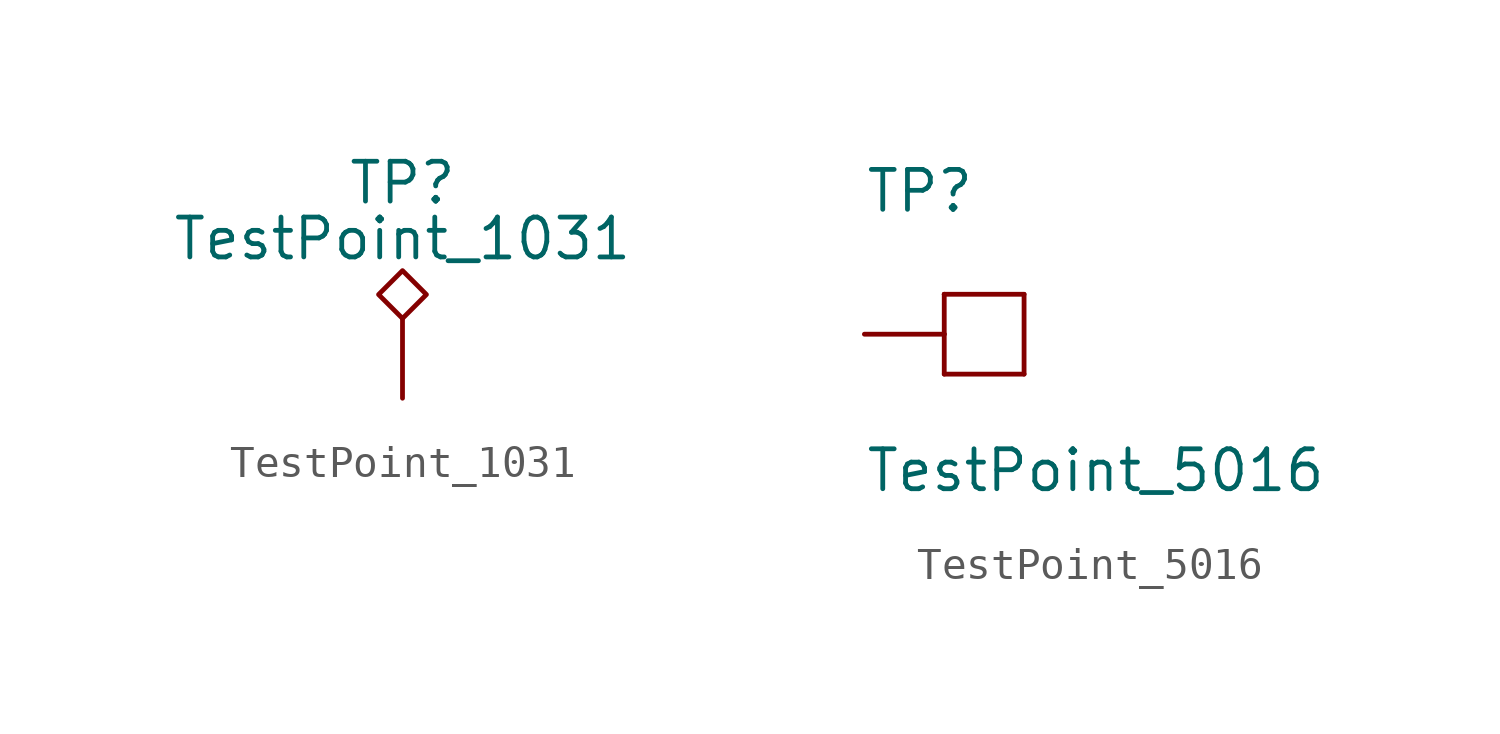
<source format=kicad_sym>
(kicad_symbol_lib
  (version 20241209)
  (generator "kicad_symbol_editor")
  (generator_version "9.0")
  (symbol "TestPoint_1031"
    (pin_numbers
      (hide yes))
    (pin_names
      (offset 0.762)
      (hide yes))
    (property "Reference" "TP"
      (at 0 6.858 0)
      (effects (font (size 1.27 1.27))))
    (property "Value" "TestPoint_1031"
      (at 0 5.08 0)
      (effects (font (size 1.27 1.27))))
    (symbol "TestPoint_1031_0_1"
      (polyline (pts (xy 0 2.54) (xy -0.762 3.302) (xy 0 4.064) (xy 0.762 3.302) (xy 0 2.54)) (stroke (width 0) (type default)) (fill (type none))))
    (symbol "TestPoint_1031_1_1"
      (pin passive line (at 0 0 90) (length 2.54) (name "1" (effects (font (size 1.27 1.27)))) (number "1" (effects (font (size 1.27 1.27)))))))
  (symbol "TestPoint_5016"
    (pin_numbers
      (hide yes))
    (pin_names
      (offset 1.016)
      (hide yes))
    (property "Reference" "TP"
      (at -2.54 3.81 0)
      (effects (font (size 1.27 1.27)) (justify left bottom)))
    (property "Value" "TestPoint_5016"
      (at -2.54 -5.08 0)
      (effects (font (size 1.27 1.27)) (justify left bottom)))
    (symbol "TestPoint_5016_0_0"
      (pin passive line (at -2.54 0 0) (length 2.54) (name "1" (effects (font (size 1.016 1.016)))) (number "1" (effects (font (size 1.016 1.016))))))
    (symbol "TestPoint_5016_0_1"
      (rectangle (start 0 1.27) (end 0 1.27) (stroke (width 0) (type default)) (fill (type none)))
      (rectangle (start 0 1.27) (end 2.54 1.27) (stroke (width 0) (type default)) (fill (type none)))
      (rectangle (start 0 0) (end 0 1.27) (stroke (width 0) (type default)) (fill (type none)))
      (rectangle (start 0 -1.27) (end 0 0) (stroke (width 0) (type default)) (fill (type none)))
      (rectangle (start 2.54 1.27) (end 2.54 -1.27) (stroke (width 0) (type default)) (fill (type none)))
      (rectangle (start 2.54 -1.27) (end 0 -1.27) (stroke (width 0) (type default)) (fill (type none))))))
</source>
